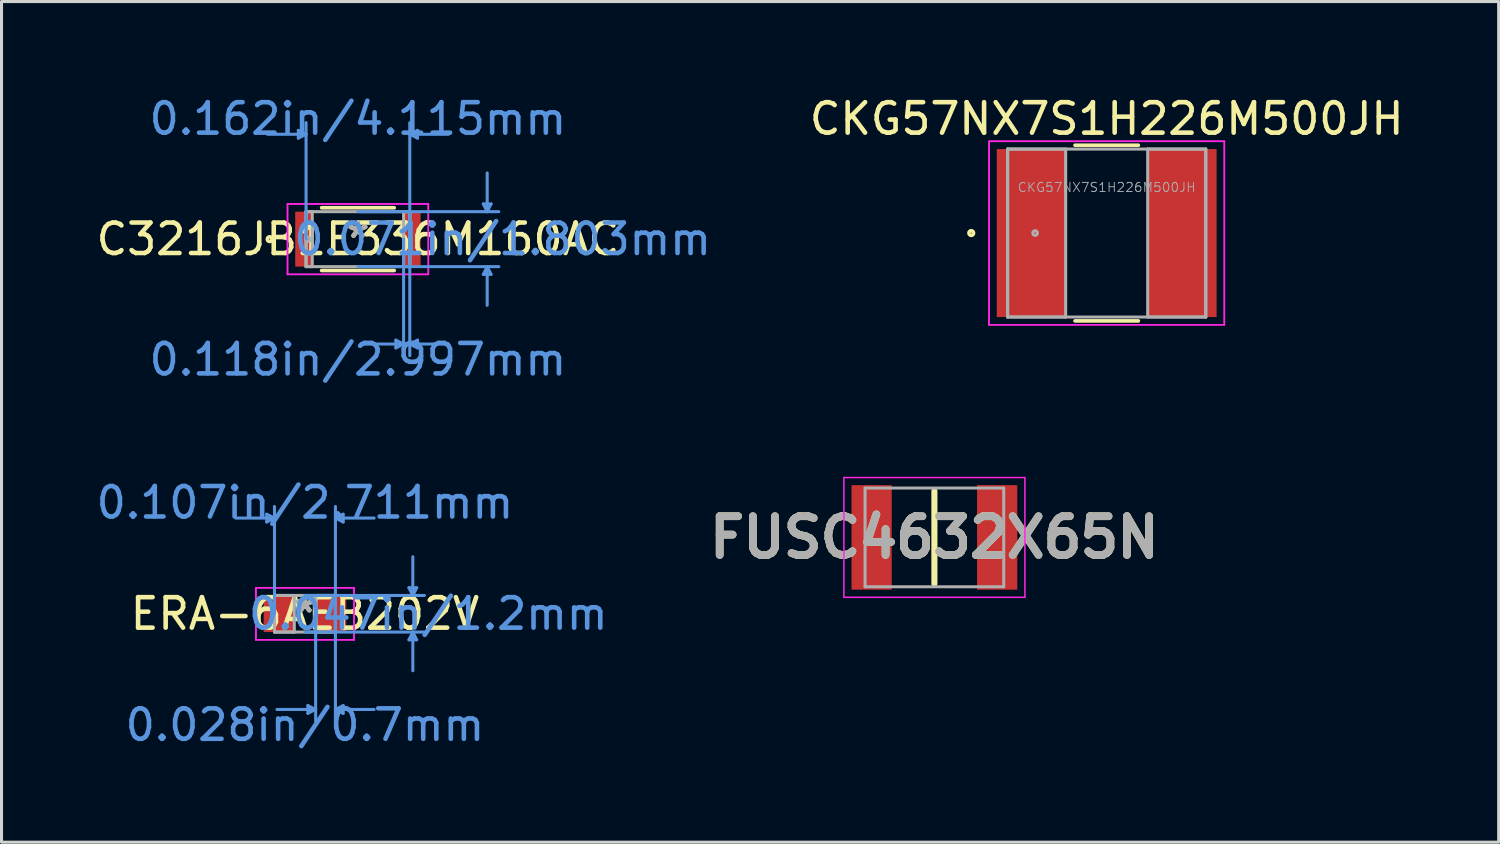
<source format=kicad_pcb>
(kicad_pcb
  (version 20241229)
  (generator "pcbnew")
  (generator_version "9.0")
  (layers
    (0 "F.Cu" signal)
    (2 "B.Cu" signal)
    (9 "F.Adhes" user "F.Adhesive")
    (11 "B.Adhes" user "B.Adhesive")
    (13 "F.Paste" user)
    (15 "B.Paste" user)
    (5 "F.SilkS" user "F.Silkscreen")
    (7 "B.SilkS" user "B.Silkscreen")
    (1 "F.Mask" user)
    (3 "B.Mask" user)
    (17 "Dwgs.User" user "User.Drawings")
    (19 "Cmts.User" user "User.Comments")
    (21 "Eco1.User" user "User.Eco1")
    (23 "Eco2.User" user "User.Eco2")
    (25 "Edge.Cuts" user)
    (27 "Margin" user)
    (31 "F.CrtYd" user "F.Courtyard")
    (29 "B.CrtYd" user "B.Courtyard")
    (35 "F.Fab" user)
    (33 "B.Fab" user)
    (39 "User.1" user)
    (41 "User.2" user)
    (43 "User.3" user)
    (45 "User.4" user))
  (footprint "FUSC4632X65N"
    (layer "F.Cu")
    (at 27.614 14.586)
    (property "Reference" "FUSC4632X65N" (at 0 0 0) (layer "F.SilkS") (effects (font (size 1.27 1.27) (thickness 0.254))))
    (attr smd)
    (fp_line (start 0 -1.52) (end 0 1.52) (stroke (width 0.2) (type solid)) (layer "F.SilkS"))
    (fp_line (start -2.97 -1.965) (end 2.97 -1.965) (stroke (width 0.05) (type solid)) (layer "F.CrtYd"))
    (fp_line (start -2.97 1.965) (end -2.97 -1.965) (stroke (width 0.05) (type solid)) (layer "F.CrtYd"))
    (fp_line (start 2.97 -1.965) (end 2.97 1.965) (stroke (width 0.05) (type solid)) (layer "F.CrtYd"))
    (fp_line (start 2.97 1.965) (end -2.97 1.965) (stroke (width 0.05) (type solid)) (layer "F.CrtYd"))
    (fp_line (start -2.275 -1.62) (end 2.275 -1.62) (stroke (width 0.1) (type solid)) (layer "F.Fab"))
    (fp_line (start -2.275 1.62) (end -2.275 -1.62) (stroke (width 0.1) (type solid)) (layer "F.Fab"))
    (fp_line (start 2.275 -1.62) (end 2.275 1.62) (stroke (width 0.1) (type solid)) (layer "F.Fab"))
    (fp_line (start 2.275 1.62) (end -2.275 1.62) (stroke (width 0.1) (type solid)) (layer "F.Fab"))
    (fp_text user "${REFERENCE}" (at 0 0 0) (layer "F.Fab") (effects (font (size 1.27 1.27) (thickness 0.254))))
    (pad "1" smd rect (at -2.06 0) (size 1.32 3.43) (layers "F.Cu" "F.Mask" "F.Paste"))
    (pad "2" smd rect (at 2.06 0) (size 1.32 3.43) (layers "F.Cu" "F.Mask" "F.Paste")))
  (footprint "CKG57NX7S1H226M500JH"
    (layer "F.Cu")
    (at 33.268 4.598)
    (property "Reference" "CKG57NX7S1H226M500JH" (at 0 -3.75 0) (layer "F.SilkS") (effects (font (size 1 1) (thickness 0.15))))
    (attr through_hole)
    (fp_line (start -1.039 2.883) (end 1.039 2.883) (stroke (width 0.12) (type solid)) (layer "F.SilkS"))
    (fp_line (start 1.039 -2.883) (end -1.039 -2.883) (stroke (width 0.12) (type solid)) (layer "F.SilkS"))
    (fp_circle (center -4.445 0) (end -4.369 0) (stroke (width 0.12) (type solid)) (fill no) (layer "F.SilkS"))
    (fp_line (start -3.861 -3.01) (end 3.861 -3.01) (stroke (width 0.05) (type solid)) (layer "F.CrtYd"))
    (fp_line (start -3.861 -3.01) (end 3.861 -3.01) (stroke (width 0.05) (type solid)) (layer "F.CrtYd"))
    (fp_line (start -3.861 3.01) (end -3.861 -3.01) (stroke (width 0.05) (type solid)) (layer "F.CrtYd"))
    (fp_line (start -3.861 3.01) (end -3.861 -3.01) (stroke (width 0.05) (type solid)) (layer "F.CrtYd"))
    (fp_line (start 3.861 -3.01) (end 3.861 3.01) (stroke (width 0.05) (type solid)) (layer "F.CrtYd"))
    (fp_line (start 3.861 -3.01) (end 3.861 3.01) (stroke (width 0.05) (type solid)) (layer "F.CrtYd"))
    (fp_line (start 3.861 3.01) (end -3.861 3.01) (stroke (width 0.05) (type solid)) (layer "F.CrtYd"))
    (fp_line (start 3.861 3.01) (end -3.861 3.01) (stroke (width 0.05) (type solid)) (layer "F.CrtYd"))
    (fp_line (start -3.251 -2.756) (end -3.251 2.756) (stroke (width 0.1) (type solid)) (layer "F.Fab"))
    (fp_line (start -3.251 -2.756) (end -3.251 2.756) (stroke (width 0.1) (type solid)) (layer "F.Fab"))
    (fp_line (start -3.251 2.756) (end -1.346 2.756) (stroke (width 0.1) (type solid)) (layer "F.Fab"))
    (fp_line (start -3.251 2.756) (end 3.251 2.756) (stroke (width 0.1) (type solid)) (layer "F.Fab"))
    (fp_line (start -1.346 -2.756) (end -3.251 -2.756) (stroke (width 0.1) (type solid)) (layer "F.Fab"))
    (fp_line (start -1.346 2.756) (end -1.346 -2.756) (stroke (width 0.1) (type solid)) (layer "F.Fab"))
    (fp_line (start 1.346 -2.756) (end 1.346 2.756) (stroke (width 0.1) (type solid)) (layer "F.Fab"))
    (fp_line (start 1.346 2.756) (end 3.251 2.756) (stroke (width 0.1) (type solid)) (layer "F.Fab"))
    (fp_line (start 3.251 -2.756) (end -3.251 -2.756) (stroke (width 0.1) (type solid)) (layer "F.Fab"))
    (fp_line (start 3.251 -2.756) (end 1.346 -2.756) (stroke (width 0.1) (type solid)) (layer "F.Fab"))
    (fp_line (start 3.251 2.756) (end 3.251 -2.756) (stroke (width 0.1) (type solid)) (layer "F.Fab"))
    (fp_line (start 3.251 2.756) (end 3.251 -2.756) (stroke (width 0.1) (type solid)) (layer "F.Fab"))
    (fp_circle (center -2.349 0) (end -2.273 0) (stroke (width 0.1) (type solid)) (fill no) (layer "F.Fab"))
    (fp_text user "${REFERENCE}" (at 0 -1.5 0) (layer "F.Fab") (effects (font (size 0.3 0.3) (thickness 0.03))))
    (pad "1" smd rect (at -2.477 0) (size 2.261 5.512) (layers "F.Cu" "F.Mask" "F.Paste"))
    (pad "2" smd rect (at 2.477 0) (size 2.261 5.512) (layers "F.Cu" "F.Mask" "F.Paste")))
  (footprint "C3216JB1E336M160AC"
    (layer "F.Cu")
    (at 8.696 4.798)
    (property "Reference" "C3216JB1E336M160AC" (at 0 0 0) (layer "F.SilkS") (effects (font (size 1 1) (thickness 0.15))))
    (attr through_hole)
    (fp_line (start -1.191 1.029) (end 1.191 1.029) (stroke (width 0.12) (type solid)) (layer "F.SilkS"))
    (fp_line (start 1.191 -1.029) (end -1.191 -1.029) (stroke (width 0.12) (type solid)) (layer "F.SilkS"))
    (fp_circle (center -2.896 0) (end -2.819 0) (stroke (width 0.12) (type solid)) (fill no) (layer "F.SilkS"))
    (fp_line (start -1.956 -3.569) (end -1.956 -3.315) (stroke (width 0.1) (type solid)) (layer "Cmts.User"))
    (fp_line (start -1.702 -3.442) (end -2.972 -3.442) (stroke (width 0.1) (type solid)) (layer "Cmts.User"))
    (fp_line (start -1.702 -3.442) (end -1.956 -3.569) (stroke (width 0.1) (type solid)) (layer "Cmts.User"))
    (fp_line (start -1.702 -3.442) (end -1.956 -3.315) (stroke (width 0.1) (type solid)) (layer "Cmts.User"))
    (fp_line (start -1.702 0) (end -1.702 -3.823) (stroke (width 0.1) (type solid)) (layer "Cmts.User"))
    (fp_line (start 0 -0.902) (end 4.623 -0.902) (stroke (width 0.1) (type solid)) (layer "Cmts.User"))
    (fp_line (start 0 0.902) (end 4.623 0.902) (stroke (width 0.1) (type solid)) (layer "Cmts.User"))
    (fp_line (start 1.245 3.315) (end 1.245 3.569) (stroke (width 0.1) (type solid)) (layer "Cmts.User"))
    (fp_line (start 1.499 0) (end 1.499 3.823) (stroke (width 0.1) (type solid)) (layer "Cmts.User"))
    (fp_line (start 1.499 3.442) (end 0.229 3.442) (stroke (width 0.1) (type solid)) (layer "Cmts.User"))
    (fp_line (start 1.499 3.442) (end 1.245 3.315) (stroke (width 0.1) (type solid)) (layer "Cmts.User"))
    (fp_line (start 1.499 3.442) (end 1.245 3.569) (stroke (width 0.1) (type solid)) (layer "Cmts.User"))
    (fp_line (start 1.702 -3.442) (end 1.956 -3.569) (stroke (width 0.1) (type solid)) (layer "Cmts.User"))
    (fp_line (start 1.702 -3.442) (end 1.956 -3.315) (stroke (width 0.1) (type solid)) (layer "Cmts.User"))
    (fp_line (start 1.702 -3.442) (end 2.972 -3.442) (stroke (width 0.1) (type solid)) (layer "Cmts.User"))
    (fp_line (start 1.702 0) (end 1.702 -3.823) (stroke (width 0.1) (type solid)) (layer "Cmts.User"))
    (fp_line (start 1.702 0) (end 1.702 3.823) (stroke (width 0.1) (type solid)) (layer "Cmts.User"))
    (fp_line (start 1.702 3.442) (end 1.956 3.315) (stroke (width 0.1) (type solid)) (layer "Cmts.User"))
    (fp_line (start 1.702 3.442) (end 1.956 3.569) (stroke (width 0.1) (type solid)) (layer "Cmts.User"))
    (fp_line (start 1.702 3.442) (end 2.972 3.442) (stroke (width 0.1) (type solid)) (layer "Cmts.User"))
    (fp_line (start 1.956 -3.569) (end 1.956 -3.315) (stroke (width 0.1) (type solid)) (layer "Cmts.User"))
    (fp_line (start 1.956 3.315) (end 1.956 3.569) (stroke (width 0.1) (type solid)) (layer "Cmts.User"))
    (fp_line (start 4.115 -1.156) (end 4.369 -1.156) (stroke (width 0.1) (type solid)) (layer "Cmts.User"))
    (fp_line (start 4.115 1.156) (end 4.369 1.156) (stroke (width 0.1) (type solid)) (layer "Cmts.User"))
    (fp_line (start 4.242 -0.902) (end 4.115 -1.156) (stroke (width 0.1) (type solid)) (layer "Cmts.User"))
    (fp_line (start 4.242 -0.902) (end 4.242 -2.172) (stroke (width 0.1) (type solid)) (layer "Cmts.User"))
    (fp_line (start 4.242 -0.902) (end 4.369 -1.156) (stroke (width 0.1) (type solid)) (layer "Cmts.User"))
    (fp_line (start 4.242 0.902) (end 4.115 1.156) (stroke (width 0.1) (type solid)) (layer "Cmts.User"))
    (fp_line (start 4.242 0.902) (end 4.242 2.172) (stroke (width 0.1) (type solid)) (layer "Cmts.User"))
    (fp_line (start 4.242 0.902) (end 4.369 1.156) (stroke (width 0.1) (type solid)) (layer "Cmts.User"))
    (fp_line (start -2.311 -1.156) (end 2.311 -1.156) (stroke (width 0.05) (type solid)) (layer "F.CrtYd"))
    (fp_line (start -2.311 -1.156) (end 2.311 -1.156) (stroke (width 0.05) (type solid)) (layer "F.CrtYd"))
    (fp_line (start -2.311 1.156) (end -2.311 -1.156) (stroke (width 0.05) (type solid)) (layer "F.CrtYd"))
    (fp_line (start -2.311 1.156) (end -2.311 -1.156) (stroke (width 0.05) (type solid)) (layer "F.CrtYd"))
    (fp_line (start 2.311 -1.156) (end 2.311 1.156) (stroke (width 0.05) (type solid)) (layer "F.CrtYd"))
    (fp_line (start 2.311 -1.156) (end 2.311 1.156) (stroke (width 0.05) (type solid)) (layer "F.CrtYd"))
    (fp_line (start 2.311 1.156) (end -2.311 1.156) (stroke (width 0.05) (type solid)) (layer "F.CrtYd"))
    (fp_line (start 2.311 1.156) (end -2.311 1.156) (stroke (width 0.05) (type solid)) (layer "F.CrtYd"))
    (fp_line (start -1.702 -0.902) (end -1.702 0.902) (stroke (width 0.1) (type solid)) (layer "F.Fab"))
    (fp_line (start -1.702 -0.902) (end -1.702 0.902) (stroke (width 0.1) (type solid)) (layer "F.Fab"))
    (fp_line (start -1.702 0.902) (end -1.499 0.902) (stroke (width 0.1) (type solid)) (layer "F.Fab"))
    (fp_line (start -1.702 0.902) (end 1.702 0.902) (stroke (width 0.1) (type solid)) (layer "F.Fab"))
    (fp_line (start -1.499 -0.902) (end -1.702 -0.902) (stroke (width 0.1) (type solid)) (layer "F.Fab"))
    (fp_line (start -1.499 0.902) (end -1.499 -0.902) (stroke (width 0.1) (type solid)) (layer "F.Fab"))
    (fp_line (start 1.499 -0.902) (end 1.499 0.902) (stroke (width 0.1) (type solid)) (layer "F.Fab"))
    (fp_line (start 1.499 0.902) (end 1.702 0.902) (stroke (width 0.1) (type solid)) (layer "F.Fab"))
    (fp_line (start 1.702 -0.902) (end -1.702 -0.902) (stroke (width 0.1) (type solid)) (layer "F.Fab"))
    (fp_line (start 1.702 -0.902) (end 1.499 -0.902) (stroke (width 0.1) (type solid)) (layer "F.Fab"))
    (fp_line (start 1.702 0.902) (end 1.702 -0.902) (stroke (width 0.1) (type solid)) (layer "F.Fab"))
    (fp_line (start 1.702 0.902) (end 1.702 -0.902) (stroke (width 0.1) (type solid)) (layer "F.Fab"))
    (fp_circle (center -1.651 0) (end -1.575 0) (stroke (width 0.1) (type solid)) (fill no) (layer "F.Fab"))
    (fp_text user "*" (at 0 0 0) (layer "F.SilkS") (effects (font (size 1 1) (thickness 0.15))))
    (fp_text user "0.162in/4.115mm" (at 0 -3.95 0) (layer "Cmts.User") (effects (font (size 1 1) (thickness 0.15))))
    (fp_text user "0.071in/1.803mm" (at 4.75 0 0) (layer "Cmts.User") (effects (font (size 1 1) (thickness 0.15))))
    (fp_text user "0.118in/2.997mm" (at 0 3.95 0) (layer "Cmts.User") (effects (font (size 1 1) (thickness 0.15))))
    (fp_text user "*" (at 0 0 0) (layer "F.Fab") (effects (font (size 1 1) (thickness 0.15))))
    (pad "1" smd rect (at -1.778 0) (size 0.559 1.803) (layers "F.Cu" "F.Mask" "F.Paste"))
    (pad "2" smd rect (at 1.778 0) (size 0.559 1.803) (layers "F.Cu" "F.Mask" "F.Paste")))
  (footprint "ERA-6AEB202V"
    (layer "F.Cu")
    (at 6.958 17.092)
    (property "Reference" "ERA-6AEB202V" (at 0 0 0) (layer "F.SilkS") (effects (font (size 1 1) (thickness 0.15))))
    (attr through_hole)
    (fp_line (start -1.254 -3.267) (end -1.254 -3.013) (stroke (width 0.1) (type solid)) (layer "Cmts.User"))
    (fp_line (start -1 -3.14) (end -2.27 -3.14) (stroke (width 0.1) (type solid)) (layer "Cmts.User"))
    (fp_line (start -1 -3.14) (end -1.254 -3.267) (stroke (width 0.1) (type solid)) (layer "Cmts.User"))
    (fp_line (start -1 -3.14) (end -1.254 -3.013) (stroke (width 0.1) (type solid)) (layer "Cmts.User"))
    (fp_line (start -1 0) (end -1 -3.521) (stroke (width 0.1) (type solid)) (layer "Cmts.User"))
    (fp_line (start 0 -0.6) (end 3.921 -0.6) (stroke (width 0.1) (type solid)) (layer "Cmts.User"))
    (fp_line (start 0 0.6) (end 3.921 0.6) (stroke (width 0.1) (type solid)) (layer "Cmts.User"))
    (fp_line (start 0.096 3.013) (end 0.096 3.267) (stroke (width 0.1) (type solid)) (layer "Cmts.User"))
    (fp_line (start 0.35 0) (end 0.35 3.521) (stroke (width 0.1) (type solid)) (layer "Cmts.User"))
    (fp_line (start 0.35 3.14) (end -0.92 3.14) (stroke (width 0.1) (type solid)) (layer "Cmts.User"))
    (fp_line (start 0.35 3.14) (end 0.096 3.013) (stroke (width 0.1) (type solid)) (layer "Cmts.User"))
    (fp_line (start 0.35 3.14) (end 0.096 3.267) (stroke (width 0.1) (type solid)) (layer "Cmts.User"))
    (fp_line (start 1 -3.14) (end 1.254 -3.267) (stroke (width 0.1) (type solid)) (layer "Cmts.User"))
    (fp_line (start 1 -3.14) (end 1.254 -3.013) (stroke (width 0.1) (type solid)) (layer "Cmts.User"))
    (fp_line (start 1 -3.14) (end 2.27 -3.14) (stroke (width 0.1) (type solid)) (layer "Cmts.User"))
    (fp_line (start 1 0) (end 1 -3.521) (stroke (width 0.1) (type solid)) (layer "Cmts.User"))
    (fp_line (start 1 0) (end 1 3.521) (stroke (width 0.1) (type solid)) (layer "Cmts.User"))
    (fp_line (start 1 3.14) (end 1.254 3.013) (stroke (width 0.1) (type solid)) (layer "Cmts.User"))
    (fp_line (start 1 3.14) (end 1.254 3.267) (stroke (width 0.1) (type solid)) (layer "Cmts.User"))
    (fp_line (start 1 3.14) (end 2.27 3.14) (stroke (width 0.1) (type solid)) (layer "Cmts.User"))
    (fp_line (start 1.254 -3.267) (end 1.254 -3.013) (stroke (width 0.1) (type solid)) (layer "Cmts.User"))
    (fp_line (start 1.254 3.013) (end 1.254 3.267) (stroke (width 0.1) (type solid)) (layer "Cmts.User"))
    (fp_line (start 3.413 -0.854) (end 3.667 -0.854) (stroke (width 0.1) (type solid)) (layer "Cmts.User"))
    (fp_line (start 3.413 0.854) (end 3.667 0.854) (stroke (width 0.1) (type solid)) (layer "Cmts.User"))
    (fp_line (start 3.54 -0.6) (end 3.413 -0.854) (stroke (width 0.1) (type solid)) (layer "Cmts.User"))
    (fp_line (start 3.54 -0.6) (end 3.54 -1.87) (stroke (width 0.1) (type solid)) (layer "Cmts.User"))
    (fp_line (start 3.54 -0.6) (end 3.667 -0.854) (stroke (width 0.1) (type solid)) (layer "Cmts.User"))
    (fp_line (start 3.54 0.6) (end 3.413 0.854) (stroke (width 0.1) (type solid)) (layer "Cmts.User"))
    (fp_line (start 3.54 0.6) (end 3.54 1.87) (stroke (width 0.1) (type solid)) (layer "Cmts.User"))
    (fp_line (start 3.54 0.6) (end 3.667 0.854) (stroke (width 0.1) (type solid)) (layer "Cmts.User"))
    (fp_line (start -1.61 -0.854) (end 1.61 -0.854) (stroke (width 0.05) (type solid)) (layer "F.CrtYd"))
    (fp_line (start -1.61 -0.854) (end 1.61 -0.854) (stroke (width 0.05) (type solid)) (layer "F.CrtYd"))
    (fp_line (start -1.61 0.854) (end -1.61 -0.854) (stroke (width 0.05) (type solid)) (layer "F.CrtYd"))
    (fp_line (start -1.61 0.854) (end -1.61 -0.854) (stroke (width 0.05) (type solid)) (layer "F.CrtYd"))
    (fp_line (start 1.61 -0.854) (end 1.61 0.854) (stroke (width 0.05) (type solid)) (layer "F.CrtYd"))
    (fp_line (start 1.61 -0.854) (end 1.61 0.854) (stroke (width 0.05) (type solid)) (layer "F.CrtYd"))
    (fp_line (start 1.61 0.854) (end -1.61 0.854) (stroke (width 0.05) (type solid)) (layer "F.CrtYd"))
    (fp_line (start 1.61 0.854) (end -1.61 0.854) (stroke (width 0.05) (type solid)) (layer "F.CrtYd"))
    (fp_line (start -1 -0.6) (end -1 0.6) (stroke (width 0.1) (type solid)) (layer "F.Fab"))
    (fp_line (start -1 -0.6) (end -1 0.6) (stroke (width 0.1) (type solid)) (layer "F.Fab"))
    (fp_line (start -1 0.6) (end -0.35 0.6) (stroke (width 0.1) (type solid)) (layer "F.Fab"))
    (fp_line (start -1 0.6) (end 1 0.6) (stroke (width 0.1) (type solid)) (layer "F.Fab"))
    (fp_line (start -0.35 -0.6) (end -1 -0.6) (stroke (width 0.1) (type solid)) (layer "F.Fab"))
    (fp_line (start -0.35 0.6) (end -0.35 -0.6) (stroke (width 0.1) (type solid)) (layer "F.Fab"))
    (fp_line (start 0.35 -0.6) (end 0.35 0.6) (stroke (width 0.1) (type solid)) (layer "F.Fab"))
    (fp_line (start 0.35 0.6) (end 1 0.6) (stroke (width 0.1) (type solid)) (layer "F.Fab"))
    (fp_line (start 1 -0.6) (end -1 -0.6) (stroke (width 0.1) (type solid)) (layer "F.Fab"))
    (fp_line (start 1 -0.6) (end 0.35 -0.6) (stroke (width 0.1) (type solid)) (layer "F.Fab"))
    (fp_line (start 1 0.6) (end 1 -0.6) (stroke (width 0.1) (type solid)) (layer "F.Fab"))
    (fp_line (start 1 0.6) (end 1 -0.6) (stroke (width 0.1) (type solid)) (layer "F.Fab"))
    (fp_text user "*" (at 0 0 0) (layer "F.SilkS") (effects (font (size 1 1) (thickness 0.15))))
    (fp_text user "0.107in/2.711mm" (at 0 -3.648 0) (layer "Cmts.User") (effects (font (size 1 1) (thickness 0.15))))
    (fp_text user "0.028in/0.7mm" (at 0 3.648 0) (layer "Cmts.User") (effects (font (size 1 1) (thickness 0.15))))
    (fp_text user "0.047in/1.2mm" (at 4.048 0 0) (layer "Cmts.User") (effects (font (size 1 1) (thickness 0.15))))
    (fp_text user "*" (at 0 0 0) (layer "F.Fab") (effects (font (size 1 1) (thickness 0.15))))
    (pad "1" smd rect (at -0.853 0) (size 1.006 1.2) (layers "F.Cu" "F.Mask" "F.Paste"))
    (pad "2" smd rect (at 0.853 0) (size 1.006 1.2) (layers "F.Cu" "F.Mask" "F.Paste")))
  (gr_rect
    (start -3 -3)
    (end 46.131 24.588)
    (stroke (width 0.1) (type default))
    (fill no)
    (layer "Edge.Cuts")))
</source>
